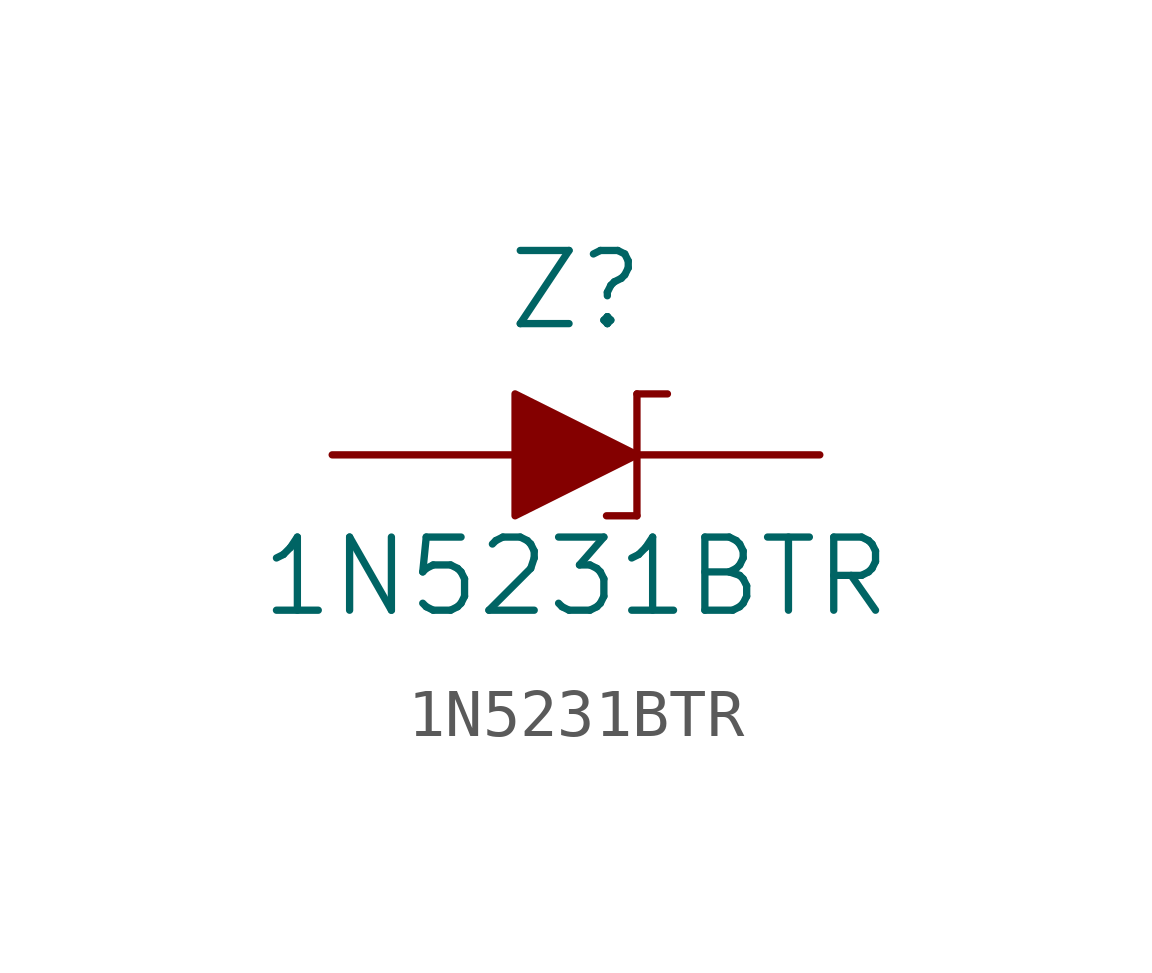
<source format=kicad_sym>
(kicad_symbol_lib
  (version 20220914)
  (generator kicad_symbol_editor)
  (symbol "1N5231BTR"
    (pin_numbers hide)
    (pin_names
      (offset 0) hide)
    (property "Reference" "Z"
      (at 0 2.54 0)
      (effects (font (size 1.524 1.524)) (justify bottom)))
    (property "Value" "1N5231BTR"
      (at 0 -2.54 0)
      (effects (font (size 1.524 1.524))))
    (symbol "1N5231BTR_0_1"
      (polyline (pts (xy 1.27 -1.27) (xy 0.635 -1.27)) (stroke (width 0) (type solid)) (fill (type none)))
      (polyline (pts (xy 1.27 1.27) (xy 1.27 -1.27)) (stroke (width 0) (type solid)) (fill (type none)))
      (polyline (pts (xy 1.27 1.27) (xy 1.905 1.27)) (stroke (width 0) (type solid)) (fill (type none)))
      (polyline (pts (xy -1.27 1.27) (xy -1.27 -1.27) (xy 1.27 0) (xy -1.27 1.27)) (stroke (width 0) (type solid)) (fill (type outline))))
    (symbol "1N5231BTR_1_1"
      (pin passive line (at -5.08 0 0) (length 3.81) (name "~" (effects (font (size 1.27 1.27)))) (number "A" (effects (font (size 1.27 1.27)))))
      (pin passive line (at 5.08 0 180) (length 3.81) (name "~" (effects (font (size 1.27 1.27)))) (number "K" (effects (font (size 1.27 1.27))))))))
</source>
